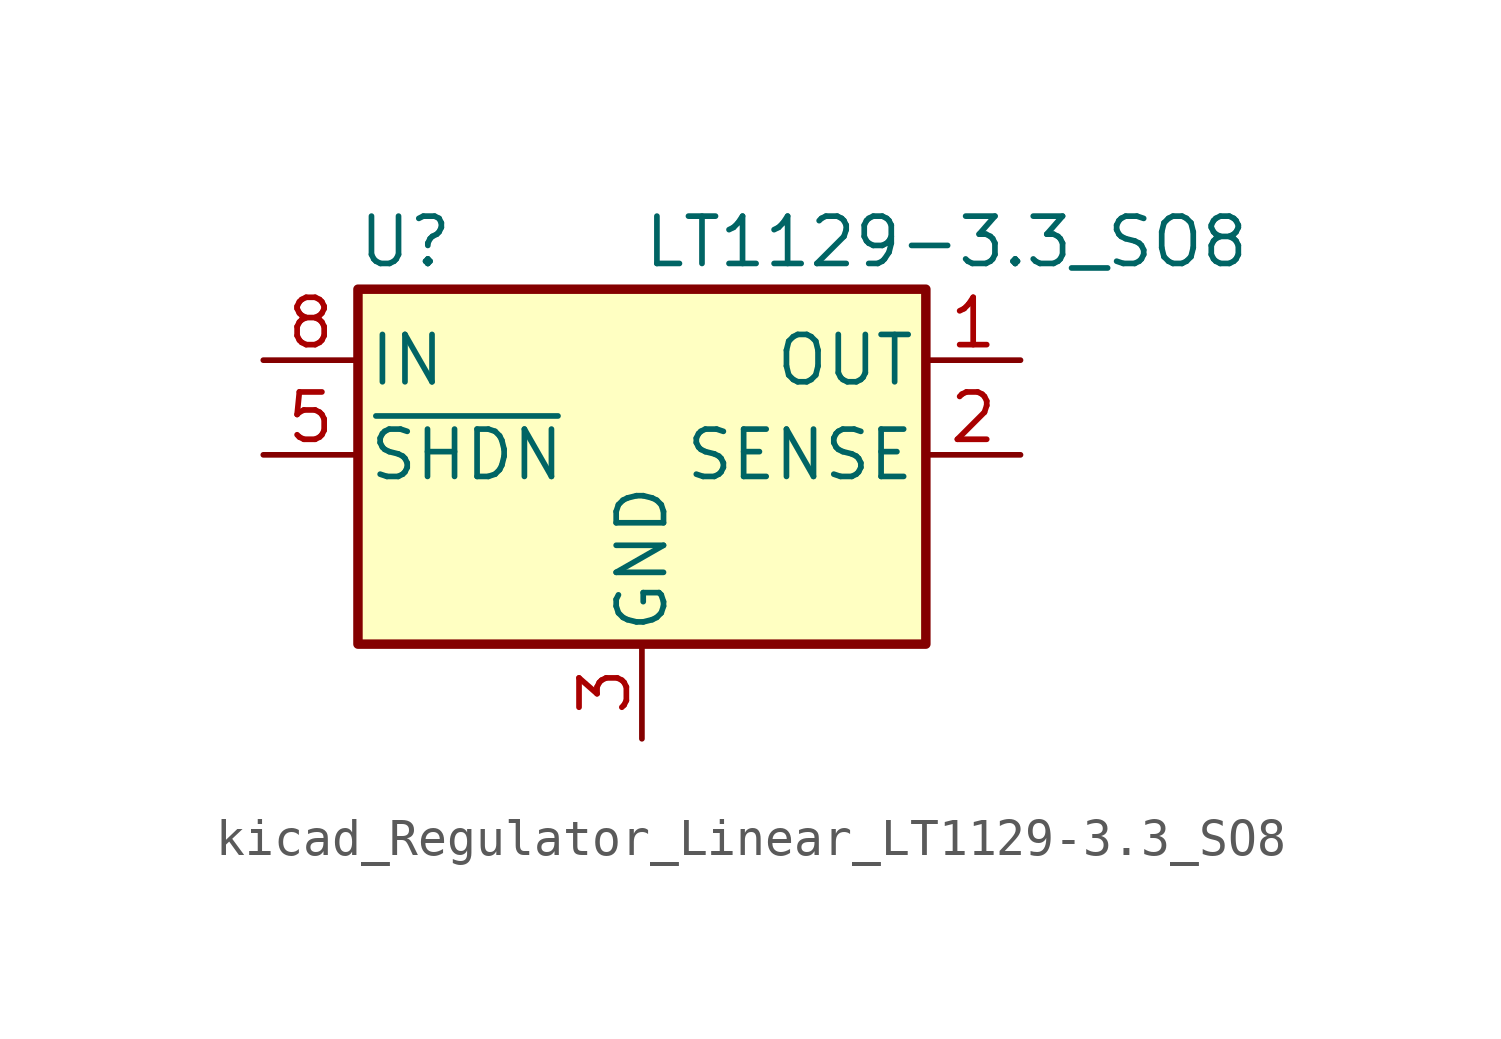
<source format=kicad_sym>
(kicad_symbol_lib
  (version 20220914)
  (generator kicad_symbol_editor)
  (symbol "kicad_Regulator_Linear_LT1129-3.3_SO8"
    (pin_names
      (offset 0.254))
    (property "Reference" "U"
      (at -6.35 5.715 0)
      (effects (font (size 1.27 1.27))))
    (property "Value" "LT1129-3.3_SO8"
      (at 0 5.715 0)
      (effects (font (size 1.27 1.27)) (justify left)))
    (symbol "kicad_Regulator_Linear_LT1129-3.3_SO8_0_1"
      (rectangle (start -7.62 -5.08) (end 7.62 4.445) (stroke (width 0.254) (type default)) (fill (type background))))
    (symbol "kicad_Regulator_Linear_LT1129-3.3_SO8_1_1"
      (pin power_out line (at 10.16 2.54 180) (length 2.54) (name "OUT" (effects (font (size 1.27 1.27)))) (number "1" (effects (font (size 1.27 1.27)))))
      (pin input line (at 10.16 0 180) (length 2.54) (name "SENSE" (effects (font (size 1.27 1.27)))) (number "2" (effects (font (size 1.27 1.27)))))
      (pin power_in line (at 0 -7.62 90) (length 2.54) (name "GND" (effects (font (size 1.27 1.27)))) (number "3" (effects (font (size 1.27 1.27)))))
      (pin no_connect line (at 7.62 -2.54 180) (length 2.54) hide (name "NC" (effects (font (size 1.27 1.27)))) (number "4" (effects (font (size 1.27 1.27)))))
      (pin input line (at -10.16 0 0) (length 2.54) (name "~{SHDN}" (effects (font (size 1.27 1.27)))) (number "5" (effects (font (size 1.27 1.27)))))
      (pin passive line (at 0 -7.62 90) (length 2.54) hide (name "GND" (effects (font (size 1.27 1.27)))) (number "6" (effects (font (size 1.27 1.27)))))
      (pin passive line (at 0 -7.62 90) (length 2.54) hide (name "GND" (effects (font (size 1.27 1.27)))) (number "7" (effects (font (size 1.27 1.27)))))
      (pin power_in line (at -10.16 2.54 0) (length 2.54) (name "IN" (effects (font (size 1.27 1.27)))) (number "8" (effects (font (size 1.27 1.27))))))))
</source>
